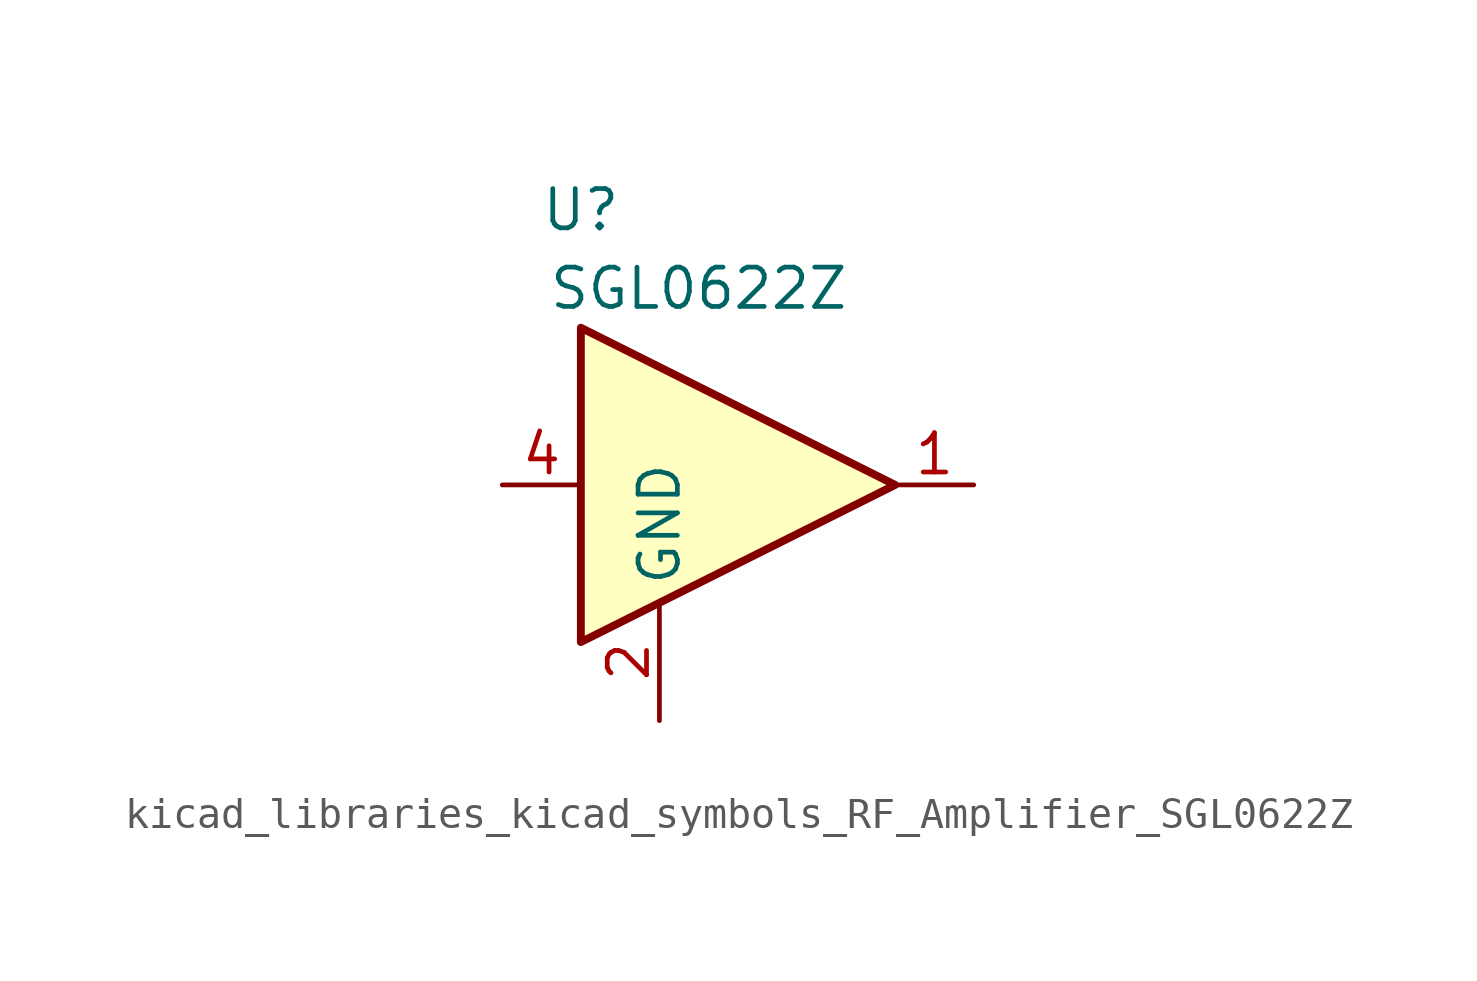
<source format=kicad_sym>
(kicad_symbol_lib
  (version 20220914)
  (generator kicad_symbol_editor)
  (symbol "kicad_libraries_kicad_symbols_RF_Amplifier_SGL0622Z"
    (property "Reference" "U"
      (at -5.08 8.89 0)
      (effects (font (size 1.27 1.27))))
    (property "Value" "SGL0622Z"
      (at -1.27 6.35 0)
      (effects (font (size 1.27 1.27))))
    (symbol "kicad_libraries_kicad_symbols_RF_Amplifier_SGL0622Z_0_0"
      (pin passive line (at -2.54 -7.62 90) (length 5.08) hide (name "GND" (effects (font (size 1.27 1.27)))) (number "9" (effects (font (size 1.27 1.27))))))
    (symbol "kicad_libraries_kicad_symbols_RF_Amplifier_SGL0622Z_1_1"
      (polyline (pts (xy 5.08 0) (xy -5.08 5.08) (xy -5.08 -5.08) (xy 5.08 0)) (stroke (width 0.254) (type default)) (fill (type background)))
      (pin output line (at 7.62 0 180) (length 2.54) (name "~" (effects (font (size 1.27 1.27)))) (number "1" (effects (font (size 1.27 1.27)))))
      (pin power_in line (at -2.54 -7.62 90) (length 3.81) (name "GND" (effects (font (size 1.27 1.27)))) (number "2" (effects (font (size 1.27 1.27)))))
      (pin passive line (at -2.54 -7.62 90) (length 2.54) hide (name "GND" (effects (font (size 1.27 1.27)))) (number "3" (effects (font (size 1.27 1.27)))))
      (pin input line (at -7.62 0 0) (length 2.54) (name "~" (effects (font (size 1.27 1.27)))) (number "4" (effects (font (size 1.27 1.27)))))
      (pin passive line (at -2.54 -7.62 90) (length 2.54) hide (name "GND" (effects (font (size 1.27 1.27)))) (number "5" (effects (font (size 1.27 1.27)))))
      (pin passive line (at -2.54 -7.62 90) (length 2.54) hide (name "GND" (effects (font (size 1.27 1.27)))) (number "6" (effects (font (size 1.27 1.27)))))
      (pin passive line (at -2.54 -7.62 90) (length 2.54) hide (name "GND" (effects (font (size 1.27 1.27)))) (number "7" (effects (font (size 1.27 1.27)))))
      (pin passive line (at -2.54 -7.62 90) (length 2.54) hide (name "GND" (effects (font (size 1.27 1.27)))) (number "8" (effects (font (size 1.27 1.27))))))))
</source>
